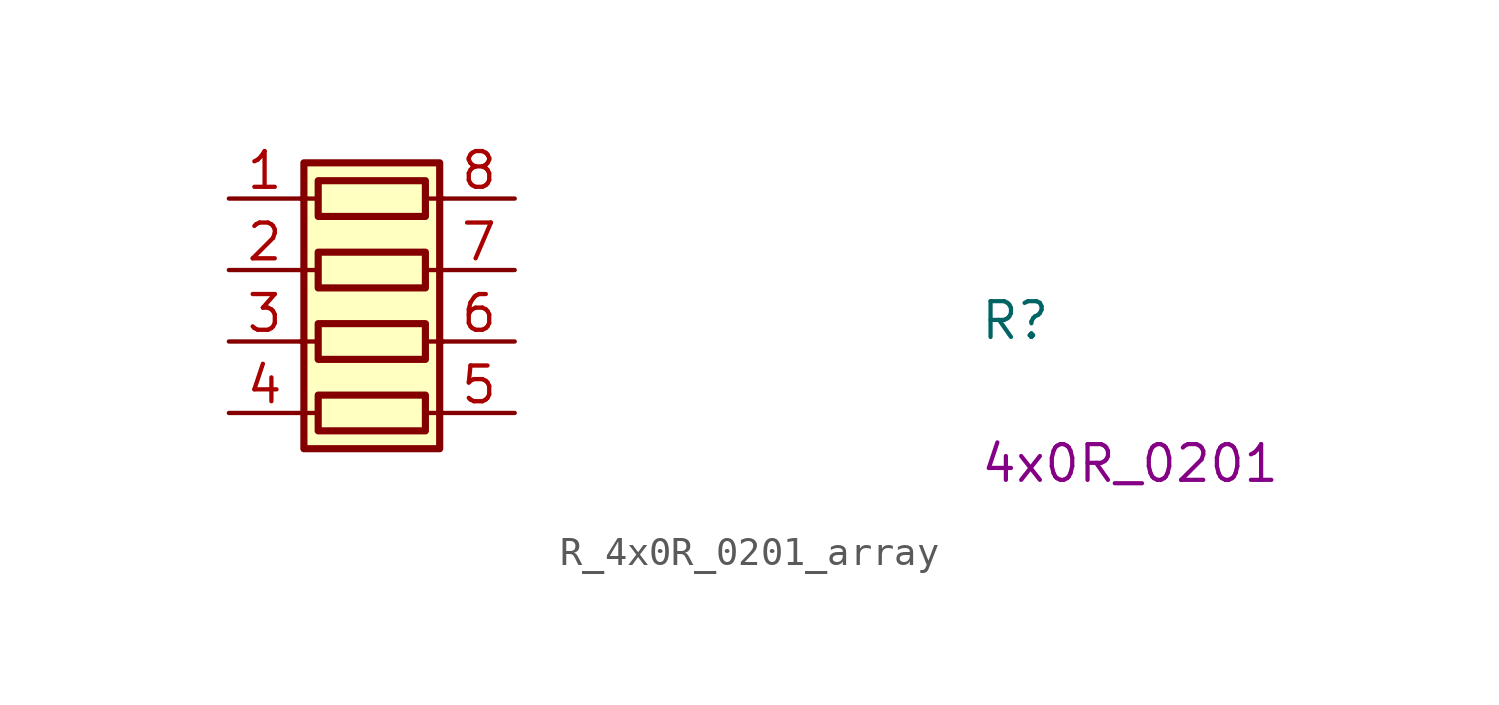
<source format=kicad_sym>
(kicad_symbol_lib
  (version 20211014)
  (generator kicad_symbol_editor)
  (symbol "R_4x0R_0201_array"
    (pin_names hide)
    (property "Reference" "R"
      (at 26.67 -5.08 0)
      (effects (font (size 1.27 1.27) (thickness 0.15)) (justify left bottom)))
    (property "Val" "4x0R_0201"
      (at 26.67 -10.16 0)
      (effects (font (size 1.27 1.27) (thickness 0.15)) (justify left bottom)))
    (symbol "R_4x0R_0201_array_0_1"
      (polyline (pts (xy 2.54 -7.62) (xy 3.175 -7.62)) (stroke (width 0) (type default) (color 0 0 0 0)) (fill (type none)))
      (polyline (pts (xy 2.54 -5.08) (xy 3.175 -5.08)) (stroke (width 0) (type default) (color 0 0 0 0)) (fill (type none)))
      (polyline (pts (xy 2.54 -2.54) (xy 3.175 -2.54)) (stroke (width 0) (type default) (color 0 0 0 0)) (fill (type none)))
      (polyline (pts (xy 2.54 0) (xy 3.175 0)) (stroke (width 0) (type default) (color 0 0 0 0)) (fill (type none)))
      (polyline (pts (xy 6.985 -7.62) (xy 7.62 -7.62)) (stroke (width 0) (type default) (color 0 0 0 0)) (fill (type none)))
      (polyline (pts (xy 6.985 -5.08) (xy 7.62 -5.08)) (stroke (width 0) (type default) (color 0 0 0 0)) (fill (type none)))
      (polyline (pts (xy 6.985 -2.54) (xy 7.62 -2.54)) (stroke (width 0) (type default) (color 0 0 0 0)) (fill (type none)))
      (polyline (pts (xy 6.985 0) (xy 7.62 0)) (stroke (width 0) (type default) (color 0 0 0 0)) (fill (type none)))
      (rectangle (start 2.667 1.27) (end 7.493 -8.89) (stroke (width 0.254) (type default) (color 0 0 0 0)) (fill (type background)))
      (rectangle (start 6.985 -6.985) (end 3.175 -8.255) (stroke (width 0.254) (type default) (color 0 0 0 0)) (fill (type none)))
      (rectangle (start 6.985 -4.445) (end 3.175 -5.715) (stroke (width 0.254) (type default) (color 0 0 0 0)) (fill (type none)))
      (rectangle (start 6.985 -1.905) (end 3.175 -3.175) (stroke (width 0.254) (type default) (color 0 0 0 0)) (fill (type none)))
      (rectangle (start 6.985 0.635) (end 3.175 -0.635) (stroke (width 0.254) (type default) (color 0 0 0 0)) (fill (type none))))
    (symbol "R_4x0R_0201_array_1_1"
      (pin passive line (at 0 0 0) (length 2.54) (name "R1.1" (effects (font (size 1.27 1.27)))) (number "1" (effects (font (size 1.27 1.27)))))
      (pin passive line (at 0 -2.54 0) (length 2.54) (name "R2.1" (effects (font (size 1.27 1.27)))) (number "2" (effects (font (size 1.27 1.27)))))
      (pin passive line (at 0 -5.08 0) (length 2.54) (name "R3.1" (effects (font (size 1.27 1.27)))) (number "3" (effects (font (size 1.27 1.27)))))
      (pin passive line (at 0 -7.62 0) (length 2.54) (name "R4.1" (effects (font (size 1.27 1.27)))) (number "4" (effects (font (size 1.27 1.27)))))
      (pin passive line (at 10.16 -7.62 180) (length 2.54) (name "R4.2" (effects (font (size 1.27 1.27)))) (number "5" (effects (font (size 1.27 1.27)))))
      (pin passive line (at 10.16 -5.08 180) (length 2.54) (name "R3.2" (effects (font (size 1.27 1.27)))) (number "6" (effects (font (size 1.27 1.27)))))
      (pin passive line (at 10.16 -2.54 180) (length 2.54) (name "R2.2" (effects (font (size 1.27 1.27)))) (number "7" (effects (font (size 1.27 1.27)))))
      (pin passive line (at 10.16 0 180) (length 2.54) (name "R1.2" (effects (font (size 1.27 1.27)))) (number "8" (effects (font (size 1.27 1.27))))))))
</source>
